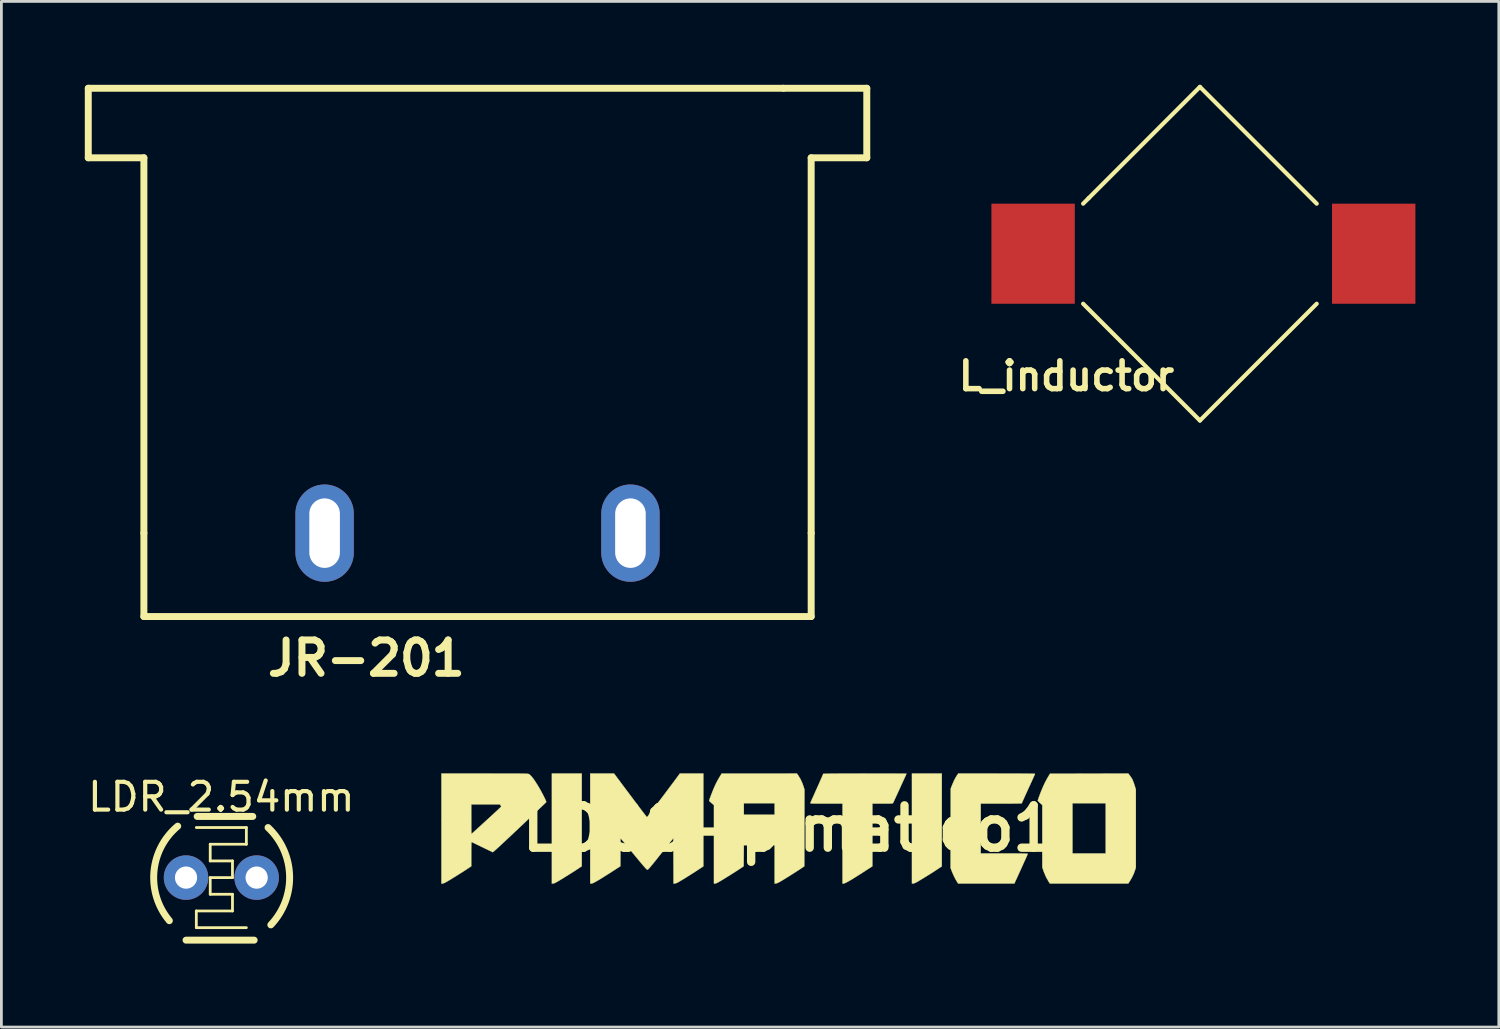
<source format=kicad_pcb>
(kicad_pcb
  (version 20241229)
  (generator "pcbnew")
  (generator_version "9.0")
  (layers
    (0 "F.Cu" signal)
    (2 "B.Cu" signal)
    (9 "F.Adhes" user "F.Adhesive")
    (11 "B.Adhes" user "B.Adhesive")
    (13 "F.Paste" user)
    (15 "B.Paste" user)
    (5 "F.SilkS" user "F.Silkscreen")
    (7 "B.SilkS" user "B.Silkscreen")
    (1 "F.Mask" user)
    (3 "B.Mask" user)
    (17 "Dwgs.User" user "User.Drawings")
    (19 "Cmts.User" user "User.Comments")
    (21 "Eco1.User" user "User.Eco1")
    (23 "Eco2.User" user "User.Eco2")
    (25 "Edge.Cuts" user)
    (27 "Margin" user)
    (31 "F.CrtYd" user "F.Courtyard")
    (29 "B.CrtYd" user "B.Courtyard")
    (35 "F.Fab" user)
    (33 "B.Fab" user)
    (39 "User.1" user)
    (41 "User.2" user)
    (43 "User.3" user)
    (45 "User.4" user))
  (footprint "LOGO-pimatico1"
    (layer "F.Cu")
    (at 25.309 26.749)
    (property "Reference" "LOGO-pimatico1" (at 0 0 0) (layer "F.SilkS") (effects (font (size 1.524 1.524) (thickness 0.3))))
    (attr through_hole)
    (fp_poly (pts (xy -7.435 1.358) (xy -7.514 1.41) (xy -7.572 1.449) (xy -7.625 1.484) (xy -7.675 1.516) (xy -7.725 1.549) (xy -7.779 1.583) (xy -7.841 1.622) (xy -7.912 1.667) (xy -7.998 1.72) (xy -8.072 1.766) (xy -8.167 1.824) (xy -8.244 1.871) (xy -8.307 1.908) (xy -8.356 1.935) (xy -8.394 1.955) (xy -8.424 1.967) (xy -8.446 1.974) (xy -8.455 1.975) (xy -8.51 1.982) (xy -8.51 -1.979) (xy -7.435 -1.979) (xy -7.435 1.358)) (stroke (width 0.01) (type solid)) (fill yes) (layer "F.SilkS"))
    (fp_poly (pts (xy 5.514 1.361) (xy 5.414 1.427) (xy 5.364 1.461) (xy 5.313 1.494) (xy 5.27 1.523) (xy 5.253 1.534) (xy 5.217 1.558) (xy 5.165 1.591) (xy 5.101 1.631) (xy 5.029 1.676) (xy 4.953 1.723) (xy 4.875 1.771) (xy 4.8 1.816) (xy 4.731 1.858) (xy 4.673 1.893) (xy 4.628 1.92) (xy 4.609 1.931) (xy 4.557 1.956) (xy 4.512 1.973) (xy 4.482 1.979) (xy 4.44 1.979) (xy 4.44 -1.979) (xy 5.514 -1.979) (xy 5.514 1.361)) (stroke (width 0.01) (type solid)) (fill yes) (layer "F.SilkS"))
    (fp_poly (pts (xy 12.27 -1.915) (xy 12.299 -1.876) (xy 12.324 -1.84) (xy 12.338 -1.818) (xy 12.355 -1.791) (xy 12.367 -1.777) (xy 12.375 -1.762) (xy 12.375 -1.76) (xy 12.379 -1.744) (xy 12.391 -1.712) (xy 12.405 -1.674) (xy 12.426 -1.621) (xy 12.448 -1.556) (xy 12.465 -1.5) (xy 12.494 -1.402) (xy 12.494 1.403) (xy 12.466 1.494) (xy 12.414 1.636) (xy 12.346 1.775) (xy 12.291 1.868) (xy 12.221 1.979) (xy 9.4 1.979) (xy 9.351 1.902) (xy 9.264 1.747) (xy 9.19 1.574) (xy 9.171 1.52) (xy 9.129 1.397) (xy 9.129 0.278) (xy 9.129 -0.842) (xy 9.056 -0.909) (xy 10.214 -0.909) (xy 10.214 0.896) (xy 11.408 0.896) (xy 11.408 -0.909) (xy 10.214 -0.909) (xy 9.056 -0.909) (xy 9.047 -0.917) (xy 9.012 -0.951) (xy 8.984 -0.979) (xy 8.968 -0.998) (xy 8.966 -1.003) (xy 8.971 -1.023) (xy 8.983 -1.062) (xy 9.002 -1.117) (xy 9.026 -1.182) (xy 9.053 -1.254) (xy 9.081 -1.327) (xy 9.102 -1.377) (xy 9.17 -1.538) (xy 9.238 -1.68) (xy 9.308 -1.809) (xy 9.338 -1.86) (xy 9.406 -1.972) (xy 10.813 -1.975) (xy 12.22 -1.979) (xy 12.27 -1.915)) (stroke (width 0.01) (type solid)) (fill yes) (layer "F.SilkS"))
    (fp_poly (pts (xy 0.355 -1.904) (xy 0.435 -1.772) (xy 0.503 -1.62) (xy 0.536 -1.527) (xy 0.575 -1.404) (xy 0.573 -0.023) (xy 0.57 1.357) (xy 0.461 1.431) (xy 0.41 1.466) (xy 0.345 1.508) (xy 0.271 1.556) (xy 0.188 1.609) (xy 0.102 1.663) (xy 0.016 1.718) (xy -0.069 1.77) (xy -0.148 1.819) (xy -0.218 1.862) (xy -0.276 1.896) (xy -0.319 1.921) (xy -0.329 1.927) (xy -0.375 1.95) (xy -0.418 1.967) (xy -0.451 1.977) (xy -0.462 1.979) (xy -0.499 1.979) (xy -0.499 0.602) (xy -1.606 0.602) (xy -1.612 1.357) (xy -1.748 1.448) (xy -1.791 1.477) (xy -1.849 1.515) (xy -1.921 1.561) (xy -2.001 1.612) (xy -2.087 1.666) (xy -2.175 1.721) (xy -2.229 1.754) (xy -2.327 1.815) (xy -2.407 1.864) (xy -2.473 1.903) (xy -2.524 1.932) (xy -2.565 1.953) (xy -2.595 1.967) (xy -2.618 1.974) (xy -2.628 1.976) (xy -2.681 1.982) (xy -2.681 -0.838) (xy -2.762 -0.909) (xy -1.606 -0.909) (xy -1.606 -0.495) (xy -0.499 -0.495) (xy -0.499 -0.909) (xy -1.606 -0.909) (xy -2.762 -0.909) (xy -2.768 -0.914) (xy -2.805 -0.947) (xy -2.834 -0.974) (xy -2.851 -0.992) (xy -2.855 -0.996) (xy -2.85 -1.016) (xy -2.838 -1.055) (xy -2.819 -1.109) (xy -2.794 -1.175) (xy -2.767 -1.248) (xy -2.753 -1.283) (xy -2.702 -1.411) (xy -2.655 -1.521) (xy -2.608 -1.619) (xy -2.559 -1.714) (xy -2.504 -1.812) (xy -2.47 -1.868) (xy -2.404 -1.978) (xy -1.051 -1.978) (xy 0.303 -1.979) (xy 0.355 -1.904)) (stroke (width 0.01) (type solid)) (fill yes) (layer "F.SilkS"))
    (fp_poly (pts (xy 7.658 -1.978) (xy 7.823 -1.978) (xy 7.981 -1.978) (xy 8.13 -1.977) (xy 8.269 -1.977) (xy 8.397 -1.976) (xy 8.512 -1.975) (xy 8.614 -1.974) (xy 8.7 -1.973) (xy 8.77 -1.972) (xy 8.822 -1.971) (xy 8.855 -1.97) (xy 8.868 -1.969) (xy 8.868 -1.968) (xy 8.863 -1.955) (xy 8.848 -1.921) (xy 8.825 -1.868) (xy 8.794 -1.799) (xy 8.757 -1.717) (xy 8.714 -1.623) (xy 8.667 -1.52) (xy 8.629 -1.438) (xy 8.58 -1.33) (xy 8.534 -1.229) (xy 8.493 -1.138) (xy 8.457 -1.058) (xy 8.428 -0.993) (xy 8.406 -0.945) (xy 8.394 -0.915) (xy 8.391 -0.907) (xy 8.38 -0.905) (xy 8.35 -0.903) (xy 8.301 -0.901) (xy 8.236 -0.9) (xy 8.156 -0.899) (xy 8.063 -0.898) (xy 7.96 -0.897) (xy 7.846 -0.896) (xy 7.726 -0.896) (xy 7.653 -0.896) (xy 6.914 -0.896) (xy 6.914 0.896) (xy 7.762 0.896) (xy 7.921 0.896) (xy 8.06 0.896) (xy 8.18 0.896) (xy 8.281 0.897) (xy 8.366 0.898) (xy 8.436 0.899) (xy 8.492 0.9) (xy 8.535 0.902) (xy 8.567 0.904) (xy 8.588 0.906) (xy 8.601 0.909) (xy 8.606 0.912) (xy 8.606 0.913) (xy 8.6 0.928) (xy 8.584 0.964) (xy 8.56 1.019) (xy 8.529 1.089) (xy 8.491 1.173) (xy 8.448 1.268) (xy 8.401 1.371) (xy 8.364 1.454) (xy 8.125 1.978) (xy 7.113 1.978) (xy 6.101 1.979) (xy 6.029 1.862) (xy 5.995 1.801) (xy 5.957 1.726) (xy 5.921 1.647) (xy 5.893 1.583) (xy 5.829 1.421) (xy 5.832 -0.008) (xy 5.834 -1.437) (xy 5.892 -1.58) (xy 5.941 -1.697) (xy 5.99 -1.795) (xy 6.042 -1.884) (xy 6.067 -1.922) (xy 6.105 -1.979) (xy 7.487 -1.979) (xy 7.658 -1.978)) (stroke (width 0.01) (type solid)) (fill yes) (layer "F.SilkS"))
    (fp_poly (pts (xy 2.925 -1.978) (xy 3.097 -1.978) (xy 3.262 -1.978) (xy 3.419 -1.978) (xy 3.566 -1.978) (xy 3.701 -1.977) (xy 3.825 -1.977) (xy 3.935 -1.976) (xy 4.03 -1.976) (xy 4.11 -1.975) (xy 4.172 -1.974) (xy 4.216 -1.974) (xy 4.24 -1.973) (xy 4.244 -1.972) (xy 4.239 -1.96) (xy 4.225 -1.927) (xy 4.202 -1.877) (xy 4.172 -1.812) (xy 4.137 -1.735) (xy 4.098 -1.65) (xy 4.056 -1.558) (xy 4.013 -1.462) (xy 3.969 -1.366) (xy 3.926 -1.272) (xy 3.885 -1.184) (xy 3.848 -1.104) (xy 3.816 -1.034) (xy 3.79 -0.978) (xy 3.772 -0.939) (xy 3.762 -0.919) (xy 3.758 -0.913) (xy 3.75 -0.908) (xy 3.736 -0.904) (xy 3.714 -0.901) (xy 3.682 -0.899) (xy 3.637 -0.897) (xy 3.578 -0.896) (xy 3.502 -0.896) (xy 3.407 -0.896) (xy 3.384 -0.896) (xy 3.018 -0.896) (xy 3.018 0.231) (xy 3.018 1.357) (xy 2.819 1.486) (xy 2.663 1.587) (xy 2.525 1.675) (xy 2.404 1.751) (xy 2.3 1.816) (xy 2.212 1.868) (xy 2.138 1.91) (xy 2.079 1.942) (xy 2.033 1.963) (xy 2 1.975) (xy 1.981 1.979) (xy 1.943 1.979) (xy 1.943 -0.896) (xy 1.361 -0.896) (xy 1.232 -0.896) (xy 1.123 -0.896) (xy 1.033 -0.897) (xy 0.959 -0.897) (xy 0.901 -0.899) (xy 0.857 -0.9) (xy 0.824 -0.902) (xy 0.803 -0.905) (xy 0.79 -0.908) (xy 0.785 -0.912) (xy 0.785 -0.914) (xy 0.791 -0.93) (xy 0.807 -0.966) (xy 0.831 -1.021) (xy 0.862 -1.091) (xy 0.9 -1.175) (xy 0.942 -1.27) (xy 0.988 -1.374) (xy 1.02 -1.443) (xy 1.068 -1.55) (xy 1.112 -1.65) (xy 1.152 -1.741) (xy 1.187 -1.82) (xy 1.215 -1.884) (xy 1.235 -1.931) (xy 1.246 -1.959) (xy 1.248 -1.966) (xy 1.259 -1.968) (xy 1.291 -1.969) (xy 1.344 -1.971) (xy 1.417 -1.972) (xy 1.509 -1.974) (xy 1.621 -1.975) (xy 1.751 -1.976) (xy 1.9 -1.977) (xy 2.066 -1.978) (xy 2.249 -1.978) (xy 2.449 -1.978) (xy 2.666 -1.979) (xy 2.746 -1.979) (xy 2.925 -1.978)) (stroke (width 0.01) (type solid)) (fill yes) (layer "F.SilkS"))
    (fp_poly (pts (xy -6.227 -1.915) (xy -6.212 -1.895) (xy -6.184 -1.857) (xy -6.143 -1.802) (xy -6.091 -1.734) (xy -6.03 -1.652) (xy -5.961 -1.559) (xy -5.885 -1.457) (xy -5.803 -1.348) (xy -5.716 -1.232) (xy -5.639 -1.13) (xy -5.552 -1.012) (xy -5.468 -0.901) (xy -5.39 -0.797) (xy -5.318 -0.702) (xy -5.254 -0.618) (xy -5.198 -0.545) (xy -5.153 -0.487) (xy -5.119 -0.443) (xy -5.098 -0.416) (xy -5.09 -0.408) (xy -5.082 -0.417) (xy -5.06 -0.445) (xy -5.027 -0.488) (xy -4.982 -0.546) (xy -4.929 -0.616) (xy -4.868 -0.696) (xy -4.8 -0.786) (xy -4.727 -0.882) (xy -4.65 -0.984) (xy -4.571 -1.089) (xy -4.491 -1.195) (xy -4.411 -1.301) (xy -4.333 -1.406) (xy -4.258 -1.506) (xy -4.187 -1.6) (xy -4.122 -1.687) (xy -4.064 -1.765) (xy -4.015 -1.831) (xy -3.976 -1.885) (xy -3.948 -1.923) (xy -3.943 -1.929) (xy -3.908 -1.979) (xy -3.061 -1.979) (xy -3.061 1.361) (xy -3.265 1.494) (xy -3.35 1.55) (xy -3.44 1.608) (xy -3.533 1.666) (xy -3.624 1.724) (xy -3.713 1.779) (xy -3.794 1.829) (xy -3.867 1.873) (xy -3.928 1.908) (xy -3.973 1.935) (xy -3.991 1.944) (xy -4.033 1.962) (xy -4.072 1.975) (xy -4.097 1.979) (xy -4.135 1.979) (xy -4.141 0.348) (xy -4.592 0.914) (xy -4.688 1.036) (xy -4.771 1.14) (xy -4.841 1.227) (xy -4.9 1.298) (xy -4.947 1.356) (xy -4.986 1.401) (xy -5.015 1.435) (xy -5.038 1.458) (xy -5.055 1.473) (xy -5.066 1.481) (xy -5.072 1.483) (xy -5.08 1.481) (xy -5.092 1.474) (xy -5.108 1.46) (xy -5.13 1.438) (xy -5.158 1.407) (xy -5.195 1.366) (xy -5.241 1.313) (xy -5.297 1.247) (xy -5.365 1.166) (xy -5.445 1.069) (xy -5.539 0.955) (xy -5.572 0.916) (xy -6.041 0.348) (xy -6.046 1.357) (xy -6.32 1.533) (xy -6.467 1.628) (xy -6.597 1.709) (xy -6.708 1.779) (xy -6.804 1.838) (xy -6.885 1.885) (xy -6.951 1.922) (xy -7.003 1.95) (xy -7.044 1.968) (xy -7.072 1.977) (xy -7.085 1.979) (xy -7.132 1.979) (xy -7.132 -1.979) (xy -6.275 -1.979) (xy -6.227 -1.915)) (stroke (width 0.01) (type solid)) (fill yes) (layer "F.SilkS"))
    (fp_poly (pts (xy -10.71 -1.979) (xy -10.516 -1.978) (xy -10.341 -1.978) (xy -10.185 -1.978) (xy -10.047 -1.978) (xy -9.925 -1.978) (xy -9.818 -1.977) (xy -9.725 -1.977) (xy -9.645 -1.976) (xy -9.577 -1.975) (xy -9.521 -1.974) (xy -9.474 -1.973) (xy -9.436 -1.971) (xy -9.406 -1.97) (xy -9.382 -1.968) (xy -9.364 -1.965) (xy -9.351 -1.963) (xy -9.341 -1.96) (xy -9.333 -1.957) (xy -9.327 -1.953) (xy -9.326 -1.953) (xy -9.283 -1.917) (xy -9.231 -1.861) (xy -9.172 -1.785) (xy -9.108 -1.693) (xy -9.04 -1.587) (xy -8.969 -1.469) (xy -8.897 -1.342) (xy -8.826 -1.208) (xy -8.77 -1.096) (xy -8.742 -1.036) (xy -8.723 -0.995) (xy -8.715 -0.968) (xy -8.714 -0.951) (xy -8.718 -0.943) (xy -8.728 -0.932) (xy -8.755 -0.907) (xy -8.796 -0.867) (xy -8.852 -0.815) (xy -8.92 -0.75) (xy -8.999 -0.674) (xy -9.09 -0.589) (xy -9.189 -0.495) (xy -9.297 -0.393) (xy -9.412 -0.284) (xy -9.532 -0.169) (xy -9.658 -0.051) (xy -9.676 -0.034) (xy -9.839 0.12) (xy -9.987 0.26) (xy -10.122 0.386) (xy -10.241 0.498) (xy -10.345 0.594) (xy -10.434 0.676) (xy -10.507 0.743) (xy -10.564 0.794) (xy -10.605 0.829) (xy -10.629 0.848) (xy -10.636 0.852) (xy -10.649 0.846) (xy -10.679 0.832) (xy -10.723 0.81) (xy -10.78 0.783) (xy -10.846 0.751) (xy -10.918 0.717) (xy -10.994 0.68) (xy -11.071 0.643) (xy -11.146 0.606) (xy -11.217 0.572) (xy -11.281 0.541) (xy -11.334 0.515) (xy -11.375 0.495) (xy -11.395 0.485) (xy -11.399 0.489) (xy -11.402 0.504) (xy -11.404 0.535) (xy -11.406 0.582) (xy -11.407 0.648) (xy -11.408 0.735) (xy -11.408 0.845) (xy -11.408 0.918) (xy -11.408 1.357) (xy -11.449 1.384) (xy -11.478 1.403) (xy -11.518 1.43) (xy -11.562 1.459) (xy -11.576 1.468) (xy -11.606 1.488) (xy -11.652 1.518) (xy -11.712 1.556) (xy -11.783 1.601) (xy -11.862 1.65) (xy -11.945 1.703) (xy -12.018 1.748) (xy -12.116 1.809) (xy -12.198 1.858) (xy -12.264 1.898) (xy -12.316 1.927) (xy -12.357 1.949) (xy -12.389 1.964) (xy -12.413 1.972) (xy -12.428 1.975) (xy -12.483 1.982) (xy -12.483 -0.869) (xy -11.408 -0.869) (xy -11.408 -0.333) (xy -11.408 -0.2) (xy -11.408 -0.091) (xy -11.408 -0.003) (xy -11.407 0.064) (xy -11.406 0.114) (xy -11.404 0.149) (xy -11.402 0.172) (xy -11.399 0.184) (xy -11.396 0.188) (xy -11.391 0.187) (xy -11.389 0.185) (xy -11.377 0.174) (xy -11.349 0.148) (xy -11.307 0.11) (xy -11.252 0.06) (xy -11.186 -0.000447) (xy -11.11 -0.069) (xy -11.027 -0.145) (xy -10.938 -0.227) (xy -10.851 -0.306) (xy -10.758 -0.391) (xy -10.67 -0.472) (xy -10.589 -0.547) (xy -10.517 -0.614) (xy -10.454 -0.672) (xy -10.403 -0.72) (xy -10.365 -0.757) (xy -10.341 -0.78) (xy -10.334 -0.789) (xy -10.34 -0.805) (xy -10.355 -0.831) (xy -10.356 -0.834) (xy -10.379 -0.869) (xy -11.408 -0.869) (xy -12.483 -0.869) (xy -12.483 -1.979) (xy -10.925 -1.979) (xy -10.71 -1.979)) (stroke (width 0.01) (type solid)) (fill yes) (layer "F.SilkS")))
  (footprint "JR-201"
    (layer "F.Cu")
    (at 8.625 16.125)
    (property "Reference" "JR-201" (at 1.5 4.5 0) (layer "F.SilkS") (effects (font (size 1.2 1.2) (thickness 0.25))))
    (attr through_hole)
    (fp_line (start -8.5 -16) (end 16.5 -16) (stroke (width 0.25) (type solid)) (layer "F.SilkS"))
    (fp_line (start -8.5 -13.5) (end -8.5 -16) (stroke (width 0.25) (type solid)) (layer "F.SilkS"))
    (fp_line (start -6.5 -13.5) (end -8.5 -13.5) (stroke (width 0.25) (type solid)) (layer "F.SilkS"))
    (fp_line (start -6.5 0) (end -6.5 -13.5) (stroke (width 0.25) (type solid)) (layer "F.SilkS"))
    (fp_line (start -6.5 0) (end -6.5 3) (stroke (width 0.25) (type solid)) (layer "F.SilkS"))
    (fp_line (start -6.5 3) (end 17.5 3) (stroke (width 0.25) (type solid)) (layer "F.SilkS"))
    (fp_line (start 17.5 -13.5) (end 19.5 -13.5) (stroke (width 0.25) (type solid)) (layer "F.SilkS"))
    (fp_line (start 17.5 0) (end 17.5 -13.5) (stroke (width 0.25) (type solid)) (layer "F.SilkS"))
    (fp_line (start 17.5 3) (end 17.5 0) (stroke (width 0.25) (type solid)) (layer "F.SilkS"))
    (fp_line (start 19.5 -16) (end 16.5 -16) (stroke (width 0.25) (type solid)) (layer "F.SilkS"))
    (fp_line (start 19.5 -13.5) (end 19.5 -16) (stroke (width 0.25) (type solid)) (layer "F.SilkS"))
    (pad "1" thru_hole oval (at 0 0) (size 2.1 3.5) (drill oval 1.1 2.5) (layers "*.Cu" "*.Mask"))
    (pad "2" thru_hole oval (at 11 0) (size 2.1 3.5) (drill oval 1.1 2.5) (layers "*.Cu" "*.Mask")))
  (footprint "LDR_2.54mm"
    (layer "F.Cu")
    (at 3.641 28.514)
    (property "Reference" "LDR_2.54mm" (at 1.27 -2.9 0) (layer "F.SilkS") (effects (font (size 1 1) (thickness 0.15))))
    (attr through_hole)
    (fp_line (start 0 2.25) (end 2.45 2.25) (stroke (width 0.25) (type solid)) (layer "F.SilkS"))
    (fp_line (start 0.37 -1.8) (end 2.17 -1.8) (stroke (width 0.1) (type solid)) (layer "F.SilkS"))
    (fp_line (start 0.37 1.2) (end 0.37 1.8) (stroke (width 0.1) (type solid)) (layer "F.SilkS"))
    (fp_line (start 0.37 1.2) (end 1.67 1.2) (stroke (width 0.1) (type solid)) (layer "F.SilkS"))
    (fp_line (start 0.37 1.8) (end 2.17 1.8) (stroke (width 0.1) (type solid)) (layer "F.SilkS"))
    (fp_line (start 0.4 -2.2) (end 2.4 -2.2) (stroke (width 0.25) (type solid)) (layer "F.SilkS"))
    (fp_line (start 0.87 -1.2) (end 0.87 -0.6) (stroke (width 0.1) (type solid)) (layer "F.SilkS"))
    (fp_line (start 0.87 -1.2) (end 2.17 -1.2) (stroke (width 0.1) (type solid)) (layer "F.SilkS"))
    (fp_line (start 0.87 0) (end 0.87 0.6) (stroke (width 0.1) (type solid)) (layer "F.SilkS"))
    (fp_line (start 0.87 0) (end 1.67 0) (stroke (width 0.1) (type solid)) (layer "F.SilkS"))
    (fp_line (start 1.67 -0.6) (end 0.87 -0.6) (stroke (width 0.1) (type solid)) (layer "F.SilkS"))
    (fp_line (start 1.67 -0.6) (end 1.67 0) (stroke (width 0.1) (type solid)) (layer "F.SilkS"))
    (fp_line (start 1.67 0.6) (end 0.87 0.6) (stroke (width 0.1) (type solid)) (layer "F.SilkS"))
    (fp_line (start 1.67 0.6) (end 1.67 1.2) (stroke (width 0.1) (type solid)) (layer "F.SilkS"))
    (fp_line (start 2.17 -1.8) (end 2.17 -1.2) (stroke (width 0.1) (type solid)) (layer "F.SilkS"))
    (fp_arc (start -0.6 1.55) (mid -1.154163 -0.212132) (end -0.3 -1.85) (stroke (width 0.25) (type solid)) (layer "F.SilkS"))
    (fp_arc (start 2.95 -1.8) (mid 3.724874 -0.070711) (end 3.05 1.7) (stroke (width 0.25) (type solid)) (layer "F.SilkS"))
    (pad "1" thru_hole circle (at 0 0) (size 1.6 1.6) (drill 0.8) (layers "*.Cu" "*.Mask"))
    (pad "2" thru_hole circle (at 2.54 0) (size 1.6 1.6) (drill 0.8) (layers "*.Cu" "*.Mask")))
  (footprint "L_inductor"
    (layer "F.Cu")
    (at 40.232 6.075)
    (property "Reference" "L_inductor" (at -4.925 4.4 0) (layer "F.SilkS") (effects (font (size 1 1) (thickness 0.2))))
    (attr smd)
    (fp_line (start -4.125 -2) (end -4.325 -1.8) (stroke (width 0.15) (type solid)) (layer "F.SilkS"))
    (fp_line (start -0.125 -6) (end -4.125 -2) (stroke (width 0.15) (type solid)) (layer "F.SilkS"))
    (fp_line (start -0.125 -6) (end 4.075 -1.8) (stroke (width 0.15) (type solid)) (layer "F.SilkS"))
    (fp_line (start -0.125 6) (end -4.325 1.8) (stroke (width 0.15) (type solid)) (layer "F.SilkS"))
    (fp_line (start -0.125 6) (end 4.075 1.8) (stroke (width 0.15) (type solid)) (layer "F.SilkS"))
    (pad "1" smd rect (at -6.125 0) (size 3 3.6) (layers "F.Cu" "F.Mask" "F.Paste"))
    (pad "2" smd rect (at 6.125 0) (size 3 3.6) (layers "F.Cu" "F.Mask" "F.Paste")))
  (gr_rect
    (start -3 -3)
    (end 50.857 33.889)
    (stroke (width 0.1) (type default))
    (fill no)
    (layer "Edge.Cuts")))
</source>
